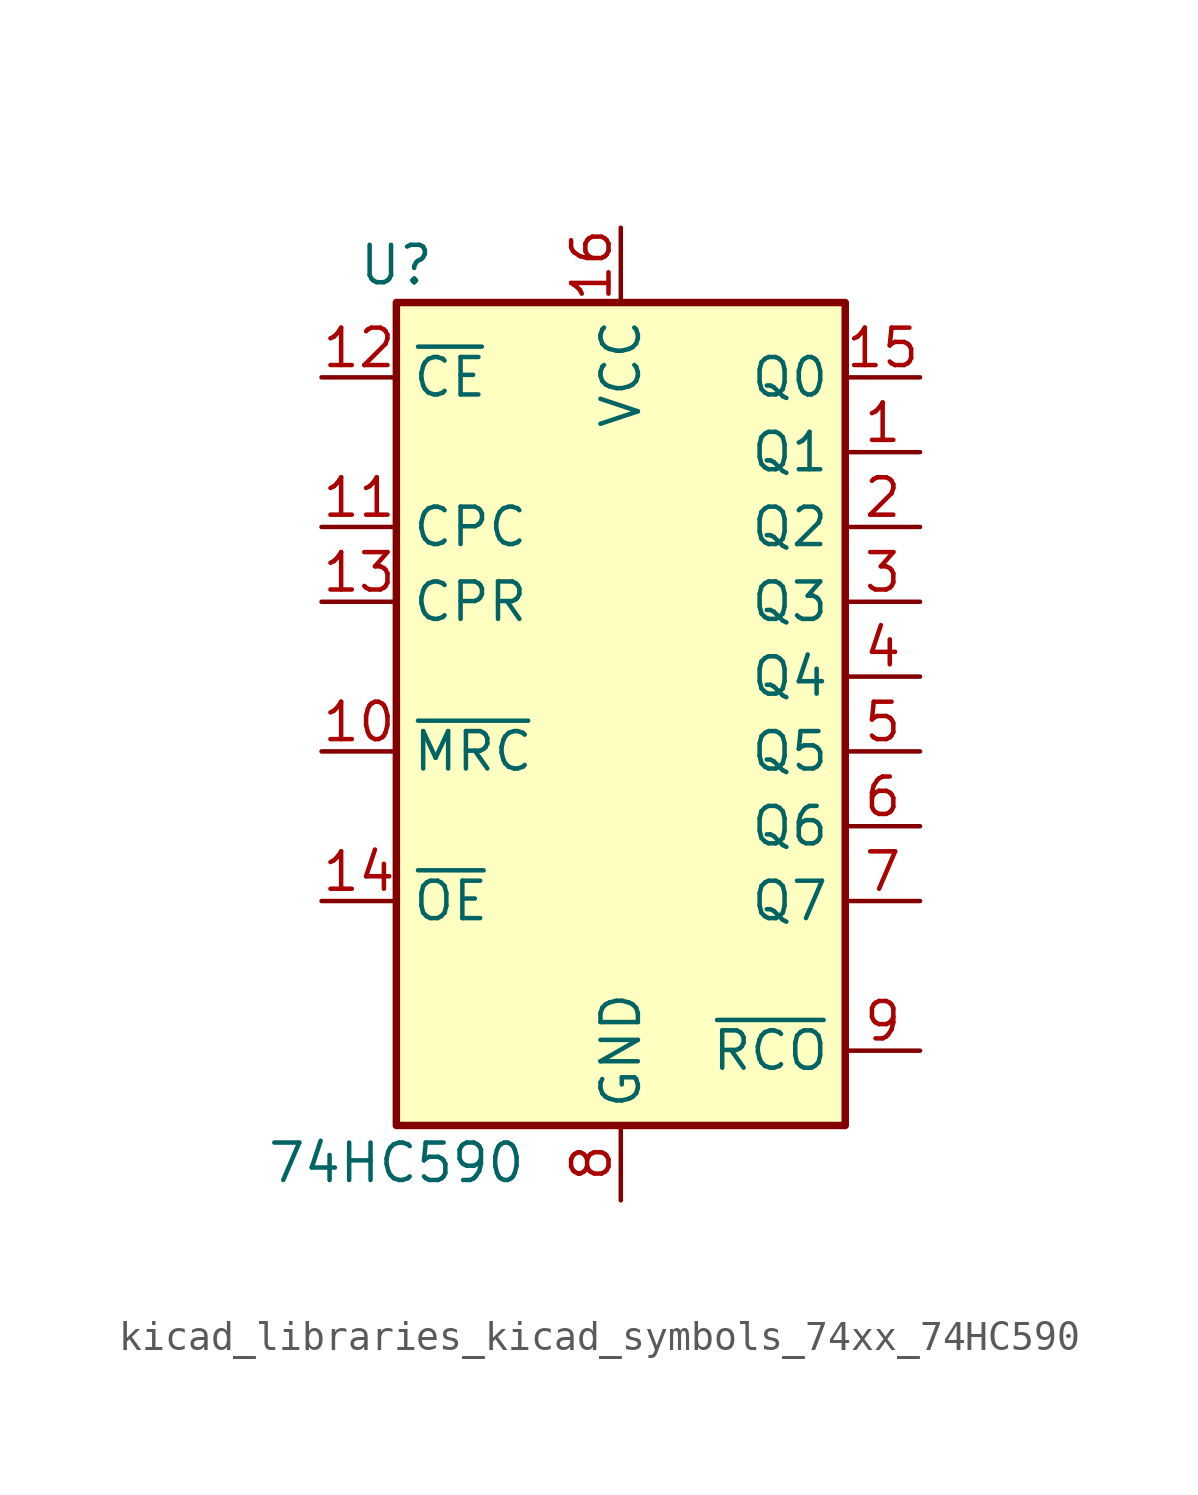
<source format=kicad_sym>
(kicad_symbol_lib
  (version 20220914)
  (generator kicad_symbol_editor)
  (symbol "kicad_libraries_kicad_symbols_74xx_74HC590"
    (property "Reference" "U"
      (at -7.62 16.51 0)
      (effects (font (size 1.27 1.27))))
    (property "Value" "74HC590"
      (at -7.62 -13.97 0)
      (effects (font (size 1.27 1.27))))
    (symbol "kicad_libraries_kicad_symbols_74xx_74HC590_1_0"
      (pin tri_state line (at 10.16 10.16 180) (length 2.54) (name "Q1" (effects (font (size 1.27 1.27)))) (number "1" (effects (font (size 1.27 1.27)))))
      (pin input line (at -10.16 0 0) (length 2.54) (name "~{MRC}" (effects (font (size 1.27 1.27)))) (number "10" (effects (font (size 1.27 1.27)))))
      (pin input line (at -10.16 7.62 0) (length 2.54) (name "CPC" (effects (font (size 1.27 1.27)))) (number "11" (effects (font (size 1.27 1.27)))))
      (pin input line (at -10.16 12.7 0) (length 2.54) (name "~{CE}" (effects (font (size 1.27 1.27)))) (number "12" (effects (font (size 1.27 1.27)))))
      (pin input line (at -10.16 5.08 0) (length 2.54) (name "CPR" (effects (font (size 1.27 1.27)))) (number "13" (effects (font (size 1.27 1.27)))))
      (pin input line (at -10.16 -5.08 0) (length 2.54) (name "~{OE}" (effects (font (size 1.27 1.27)))) (number "14" (effects (font (size 1.27 1.27)))))
      (pin tri_state line (at 10.16 12.7 180) (length 2.54) (name "Q0" (effects (font (size 1.27 1.27)))) (number "15" (effects (font (size 1.27 1.27)))))
      (pin power_in line (at 0 17.78 270) (length 2.54) (name "VCC" (effects (font (size 1.27 1.27)))) (number "16" (effects (font (size 1.27 1.27)))))
      (pin tri_state line (at 10.16 7.62 180) (length 2.54) (name "Q2" (effects (font (size 1.27 1.27)))) (number "2" (effects (font (size 1.27 1.27)))))
      (pin tri_state line (at 10.16 5.08 180) (length 2.54) (name "Q3" (effects (font (size 1.27 1.27)))) (number "3" (effects (font (size 1.27 1.27)))))
      (pin tri_state line (at 10.16 2.54 180) (length 2.54) (name "Q4" (effects (font (size 1.27 1.27)))) (number "4" (effects (font (size 1.27 1.27)))))
      (pin tri_state line (at 10.16 0 180) (length 2.54) (name "Q5" (effects (font (size 1.27 1.27)))) (number "5" (effects (font (size 1.27 1.27)))))
      (pin tri_state line (at 10.16 -2.54 180) (length 2.54) (name "Q6" (effects (font (size 1.27 1.27)))) (number "6" (effects (font (size 1.27 1.27)))))
      (pin tri_state line (at 10.16 -5.08 180) (length 2.54) (name "Q7" (effects (font (size 1.27 1.27)))) (number "7" (effects (font (size 1.27 1.27)))))
      (pin power_in line (at 0 -15.24 90) (length 2.54) (name "GND" (effects (font (size 1.27 1.27)))) (number "8" (effects (font (size 1.27 1.27)))))
      (pin output line (at 10.16 -10.16 180) (length 2.54) (name "~{RCO}" (effects (font (size 1.27 1.27)))) (number "9" (effects (font (size 1.27 1.27))))))
    (symbol "kicad_libraries_kicad_symbols_74xx_74HC590_1_1"
      (rectangle (start -7.62 15.24) (end 7.62 -12.7) (stroke (width 0.254) (type default)) (fill (type background))))))
</source>
